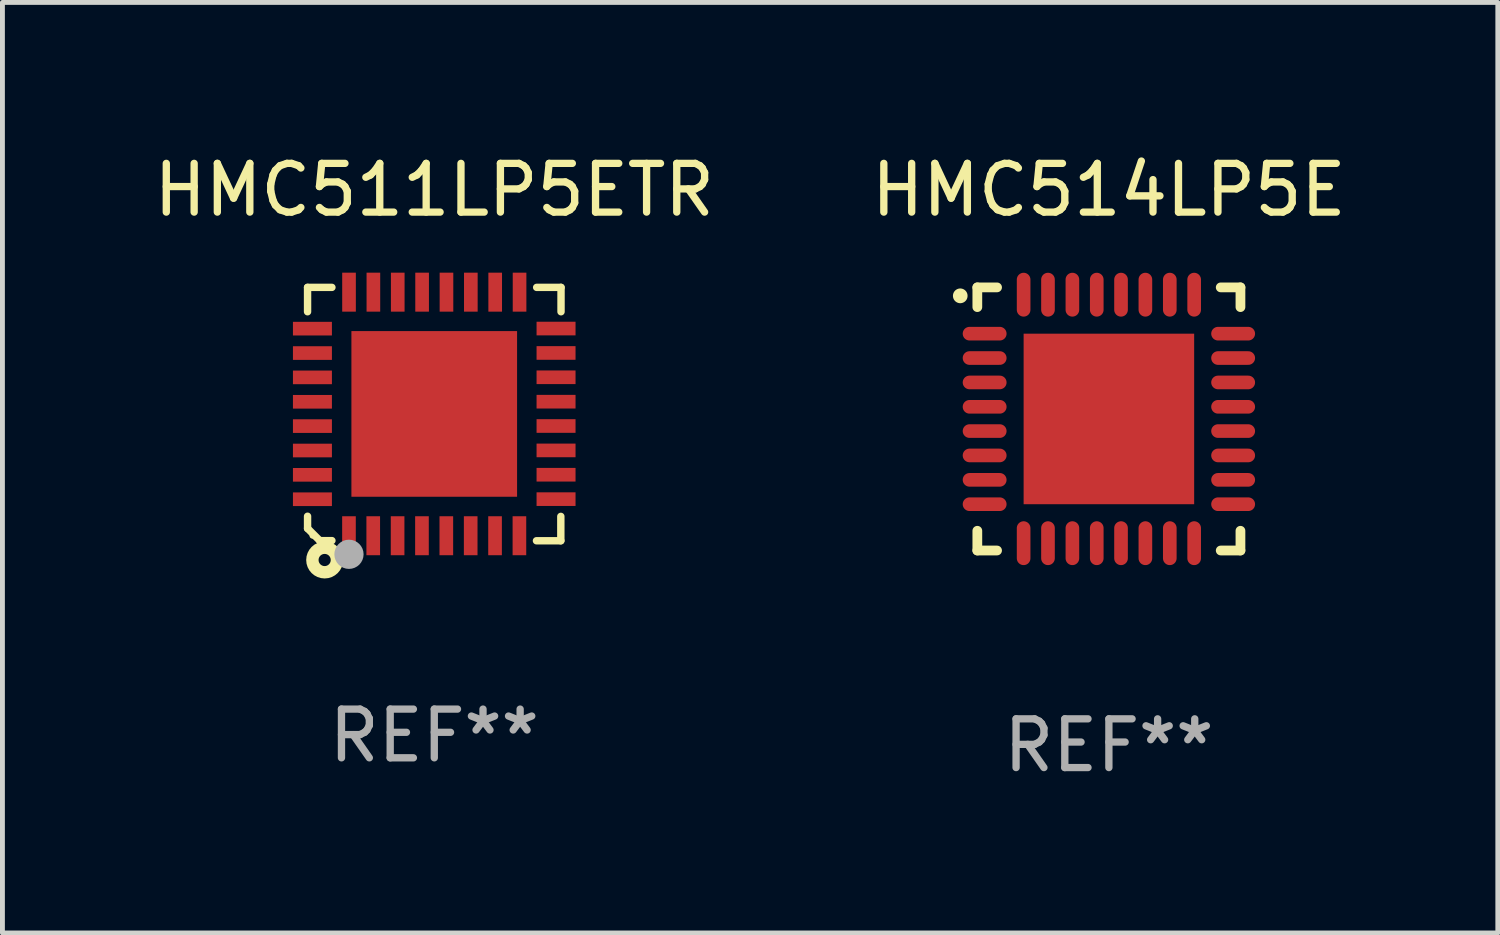
<source format=kicad_pcb>
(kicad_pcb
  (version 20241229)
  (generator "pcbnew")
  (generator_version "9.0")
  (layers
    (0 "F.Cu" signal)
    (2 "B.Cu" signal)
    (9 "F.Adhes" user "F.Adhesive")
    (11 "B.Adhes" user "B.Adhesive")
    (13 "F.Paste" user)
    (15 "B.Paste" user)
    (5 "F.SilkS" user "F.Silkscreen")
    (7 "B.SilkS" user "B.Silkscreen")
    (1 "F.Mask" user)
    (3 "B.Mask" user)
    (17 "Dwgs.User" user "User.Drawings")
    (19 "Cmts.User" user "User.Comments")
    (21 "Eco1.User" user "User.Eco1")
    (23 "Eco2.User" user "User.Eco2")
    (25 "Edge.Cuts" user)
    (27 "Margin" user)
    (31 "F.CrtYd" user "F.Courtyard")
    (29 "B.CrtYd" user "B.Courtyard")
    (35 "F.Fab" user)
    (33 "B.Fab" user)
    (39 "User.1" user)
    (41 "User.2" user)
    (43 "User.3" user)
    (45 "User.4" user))
  (footprint "HMC514LP5E"
    (layer "F.Cu")
    (at 19.708 5.548)
    (property "Reference" "HMC514LP5E" (at 0 -4.7 0) (layer "F.SilkS") (effects (font (size 1 1) (thickness 0.15))))
    (attr through_hole)
    (fp_line (start -2.7 -2.7) (end -2.295 -2.7) (stroke (width 0.2) (type solid)) (layer "F.SilkS"))
    (fp_line (start -2.7 -2.295) (end -2.7 -2.7) (stroke (width 0.2) (type solid)) (layer "F.SilkS"))
    (fp_line (start -2.7 2.295) (end -2.7 2.7) (stroke (width 0.2) (type solid)) (layer "F.SilkS"))
    (fp_line (start -2.7 2.7) (end -2.295 2.7) (stroke (width 0.2) (type solid)) (layer "F.SilkS"))
    (fp_line (start 2.295 -2.7) (end 2.7 -2.7) (stroke (width 0.2) (type solid)) (layer "F.SilkS"))
    (fp_line (start 2.295 2.7) (end 2.7 2.7) (stroke (width 0.2) (type solid)) (layer "F.SilkS"))
    (fp_line (start 2.7 -2.7) (end 2.7 -2.295) (stroke (width 0.2) (type solid)) (layer "F.SilkS"))
    (fp_line (start 2.7 2.7) (end 2.7 2.295) (stroke (width 0.2) (type solid)) (layer "F.SilkS"))
    (fp_arc (start -3.050546 -2.525349) (mid -3.050551 -2.526619) (end -3.050546 -2.527889) (stroke (width 0.3) (type solid)) (layer "F.SilkS"))
    (fp_text user "REF**" (at 0 6.7 0) (layer "F.Fab") (effects (font (size 1 1) (thickness 0.15))))
    (pad "1" smd oval (at -2.55 -1.75 270) (size 0.28 0.9) (layers "F.Cu" "F.Mask" "F.Paste"))
    (pad "2" smd oval (at -2.55 -1.25 270) (size 0.28 0.9) (layers "F.Cu" "F.Mask" "F.Paste"))
    (pad "3" smd oval (at -2.55 -0.749 270) (size 0.28 0.9) (layers "F.Cu" "F.Mask" "F.Paste"))
    (pad "4" smd oval (at -2.55 -0.249 270) (size 0.28 0.9) (layers "F.Cu" "F.Mask" "F.Paste"))
    (pad "5" smd oval (at -2.55 0.249 270) (size 0.28 0.9) (layers "F.Cu" "F.Mask" "F.Paste"))
    (pad "6" smd oval (at -2.55 0.749 270) (size 0.28 0.9) (layers "F.Cu" "F.Mask" "F.Paste"))
    (pad "7" smd oval (at -2.55 1.25 270) (size 0.28 0.9) (layers "F.Cu" "F.Mask" "F.Paste"))
    (pad "8" smd oval (at -2.55 1.75 270) (size 0.28 0.9) (layers "F.Cu" "F.Mask" "F.Paste"))
    (pad "9" smd oval (at -1.75 2.55 270) (size 0.9 0.28) (layers "F.Cu" "F.Mask" "F.Paste"))
    (pad "10" smd oval (at -1.25 2.55 270) (size 0.9 0.28) (layers "F.Cu" "F.Mask" "F.Paste"))
    (pad "11" smd oval (at -0.749 2.55 270) (size 0.9 0.28) (layers "F.Cu" "F.Mask" "F.Paste"))
    (pad "12" smd oval (at -0.249 2.55 270) (size 0.9 0.28) (layers "F.Cu" "F.Mask" "F.Paste"))
    (pad "13" smd oval (at 0.249 2.55 270) (size 0.9 0.28) (layers "F.Cu" "F.Mask" "F.Paste"))
    (pad "14" smd oval (at 0.749 2.55 270) (size 0.9 0.28) (layers "F.Cu" "F.Mask" "F.Paste"))
    (pad "15" smd oval (at 1.25 2.55 270) (size 0.9 0.28) (layers "F.Cu" "F.Mask" "F.Paste"))
    (pad "16" smd oval (at 1.75 2.55 270) (size 0.9 0.28) (layers "F.Cu" "F.Mask" "F.Paste"))
    (pad "17" smd oval (at 2.55 1.75 270) (size 0.28 0.9) (layers "F.Cu" "F.Mask" "F.Paste"))
    (pad "18" smd oval (at 2.55 1.25 270) (size 0.28 0.9) (layers "F.Cu" "F.Mask" "F.Paste"))
    (pad "19" smd oval (at 2.55 0.749 270) (size 0.28 0.9) (layers "F.Cu" "F.Mask" "F.Paste"))
    (pad "20" smd oval (at 2.55 0.249 270) (size 0.28 0.9) (layers "F.Cu" "F.Mask" "F.Paste"))
    (pad "21" smd oval (at 2.55 -0.249 270) (size 0.28 0.9) (layers "F.Cu" "F.Mask" "F.Paste"))
    (pad "22" smd oval (at 2.55 -0.749 270) (size 0.28 0.9) (layers "F.Cu" "F.Mask" "F.Paste"))
    (pad "23" smd oval (at 2.55 -1.25 270) (size 0.28 0.9) (layers "F.Cu" "F.Mask" "F.Paste"))
    (pad "24" smd oval (at 2.55 -1.75 270) (size 0.28 0.9) (layers "F.Cu" "F.Mask" "F.Paste"))
    (pad "25" smd oval (at 1.75 -2.55 270) (size 0.9 0.28) (layers "F.Cu" "F.Mask" "F.Paste"))
    (pad "26" smd oval (at 1.25 -2.55 270) (size 0.9 0.28) (layers "F.Cu" "F.Mask" "F.Paste"))
    (pad "27" smd oval (at 0.749 -2.55 270) (size 0.9 0.28) (layers "F.Cu" "F.Mask" "F.Paste"))
    (pad "28" smd oval (at 0.249 -2.55 270) (size 0.9 0.28) (layers "F.Cu" "F.Mask" "F.Paste"))
    (pad "29" smd oval (at -0.249 -2.55 270) (size 0.9 0.28) (layers "F.Cu" "F.Mask" "F.Paste"))
    (pad "30" smd oval (at -0.749 -2.55 270) (size 0.9 0.28) (layers "F.Cu" "F.Mask" "F.Paste"))
    (pad "31" smd oval (at -1.25 -2.55 270) (size 0.9 0.28) (layers "F.Cu" "F.Mask" "F.Paste"))
    (pad "32" smd oval (at -1.75 -2.55 270) (size 0.9 0.28) (layers "F.Cu" "F.Mask" "F.Paste"))
    (pad "33" smd rect (at 0.000127 0.000229 270) (size 3.5 3.5) (layers "F.Cu" "F.Mask" "F.Paste")))
  (footprint "HMC511LP5ETR"
    (layer "F.Cu")
    (at 5.863 5.448)
    (property "Reference" "HMC511LP5ETR" (at 0 -4.6 0) (layer "F.SilkS") (effects (font (size 1 1) (thickness 0.15))))
    (attr through_hole)
    (fp_line (start -2.601 2.097) (end -2.601 2.347) (stroke (width 0.152) (type solid)) (layer "F.SilkS"))
    (fp_line (start -2.601 2.347) (end -2.351 2.597) (stroke (width 0.152) (type solid)) (layer "F.SilkS"))
    (fp_line (start -2.601 -2.6) (end -2.601 -2.1) (stroke (width 0.152) (type solid)) (layer "F.SilkS"))
    (fp_line (start -2.601 -2.6) (end -2.101 -2.6) (stroke (width 0.152) (type solid)) (layer "F.SilkS"))
    (fp_line (start -2.351 2.597) (end -2.101 2.597) (stroke (width 0.152) (type solid)) (layer "F.SilkS"))
    (fp_line (start 2.597 2.6) (end 2.097 2.6) (stroke (width 0.152) (type solid)) (layer "F.SilkS"))
    (fp_line (start 2.597 2.6) (end 2.597 2.1) (stroke (width 0.152) (type solid)) (layer "F.SilkS"))
    (fp_line (start 2.601 -2.6) (end 2.101 -2.6) (stroke (width 0.152) (type solid)) (layer "F.SilkS"))
    (fp_line (start 2.601 -2.6) (end 2.601 -2.1) (stroke (width 0.152) (type solid)) (layer "F.SilkS"))
    (fp_circle (center -2.501 2.497) (end -2.471 2.497) (stroke (width 0.06) (type solid)) (fill no) (layer "F.SilkS"))
    (fp_circle (center -2.25 2.995) (end -2.125 2.995) (stroke (width 0.254) (type solid)) (fill no) (layer "F.SilkS"))
    (fp_circle (center -1.751 2.878) (end -1.601 2.878) (stroke (width 0.3) (type solid)) (fill no) (layer "F.Fab"))
    (fp_text user "REF**" (at 0 6.6 0) (layer "F.Fab") (effects (font (size 1 1) (thickness 0.15))))
    (pad "1" smd rect (at -1.751 2.497) (size 0.28 0.8) (layers "F.Cu" "F.Mask" "F.Paste"))
    (pad "2" smd rect (at -1.253 2.497) (size 0.28 0.8) (layers "F.Cu" "F.Mask" "F.Paste"))
    (pad "3" smd rect (at -0.753 2.497) (size 0.28 0.8) (layers "F.Cu" "F.Mask" "F.Paste"))
    (pad "4" smd rect (at -0.253 2.497) (size 0.28 0.8) (layers "F.Cu" "F.Mask" "F.Paste"))
    (pad "5" smd rect (at 0.247 2.497) (size 0.28 0.8) (layers "F.Cu" "F.Mask" "F.Paste"))
    (pad "6" smd rect (at 0.747 2.497) (size 0.28 0.8) (layers "F.Cu" "F.Mask" "F.Paste"))
    (pad "7" smd rect (at 1.247 2.497) (size 0.28 0.8) (layers "F.Cu" "F.Mask" "F.Paste"))
    (pad "8" smd rect (at 1.747 2.497) (size 0.28 0.8) (layers "F.Cu" "F.Mask" "F.Paste"))
    (pad "9" smd rect (at 2.499 1.746) (size 0.8 0.28) (layers "F.Cu" "F.Mask" "F.Paste"))
    (pad "10" smd rect (at 2.499 1.245) (size 0.8 0.28) (layers "F.Cu" "F.Mask" "F.Paste"))
    (pad "11" smd rect (at 2.499 0.746) (size 0.8 0.28) (layers "F.Cu" "F.Mask" "F.Paste"))
    (pad "12" smd rect (at 2.499 0.245) (size 0.8 0.28) (layers "F.Cu" "F.Mask" "F.Paste"))
    (pad "13" smd rect (at 2.499 -0.254) (size 0.8 0.28) (layers "F.Cu" "F.Mask" "F.Paste"))
    (pad "14" smd rect (at 2.499 -0.755) (size 0.8 0.28) (layers "F.Cu" "F.Mask" "F.Paste"))
    (pad "15" smd rect (at 2.499 -1.254) (size 0.8 0.28) (layers "F.Cu" "F.Mask" "F.Paste"))
    (pad "16" smd rect (at 2.499 -1.755) (size 0.8 0.28) (layers "F.Cu" "F.Mask" "F.Paste"))
    (pad "17" smd rect (at 1.75 -2.502) (size 0.28 0.8) (layers "F.Cu" "F.Mask" "F.Paste"))
    (pad "18" smd rect (at 1.25 -2.502) (size 0.28 0.8) (layers "F.Cu" "F.Mask" "F.Paste"))
    (pad "19" smd rect (at 0.75 -2.502) (size 0.28 0.8) (layers "F.Cu" "F.Mask" "F.Paste"))
    (pad "20" smd rect (at 0.25 -2.502) (size 0.28 0.8) (layers "F.Cu" "F.Mask" "F.Paste"))
    (pad "21" smd rect (at -0.25 -2.502) (size 0.28 0.8) (layers "F.Cu" "F.Mask" "F.Paste"))
    (pad "22" smd rect (at -0.75 -2.502) (size 0.28 0.8) (layers "F.Cu" "F.Mask" "F.Paste"))
    (pad "23" smd rect (at -1.25 -2.502) (size 0.28 0.8) (layers "F.Cu" "F.Mask" "F.Paste"))
    (pad "24" smd rect (at -1.75 -2.502) (size 0.28 0.8) (layers "F.Cu" "F.Mask" "F.Paste"))
    (pad "25" smd rect (at -2.501 -1.753) (size 0.8 0.28) (layers "F.Cu" "F.Mask" "F.Paste"))
    (pad "26" smd rect (at -2.501 -1.252) (size 0.8 0.28) (layers "F.Cu" "F.Mask" "F.Paste"))
    (pad "27" smd rect (at -2.501 -0.753) (size 0.8 0.28) (layers "F.Cu" "F.Mask" "F.Paste"))
    (pad "28" smd rect (at -2.501 -0.252) (size 0.8 0.28) (layers "F.Cu" "F.Mask" "F.Paste"))
    (pad "29" smd rect (at -2.501 0.247) (size 0.8 0.28) (layers "F.Cu" "F.Mask" "F.Paste"))
    (pad "30" smd rect (at -2.501 0.748) (size 0.8 0.28) (layers "F.Cu" "F.Mask" "F.Paste"))
    (pad "31" smd rect (at -2.501 1.247) (size 0.8 0.28) (layers "F.Cu" "F.Mask" "F.Paste"))
    (pad "32" smd rect (at -2.501 1.748) (size 0.8 0.28) (layers "F.Cu" "F.Mask" "F.Paste"))
    (pad "33" smd rect (at -0.001 -0.003 180) (size 3.4 3.4) (layers "F.Cu" "F.Mask" "F.Paste")))
  (gr_rect
    (start -3 -3)
    (end 27.69 16.097)
    (stroke (width 0.1) (type default))
    (fill no)
    (layer "Edge.Cuts")))
</source>
